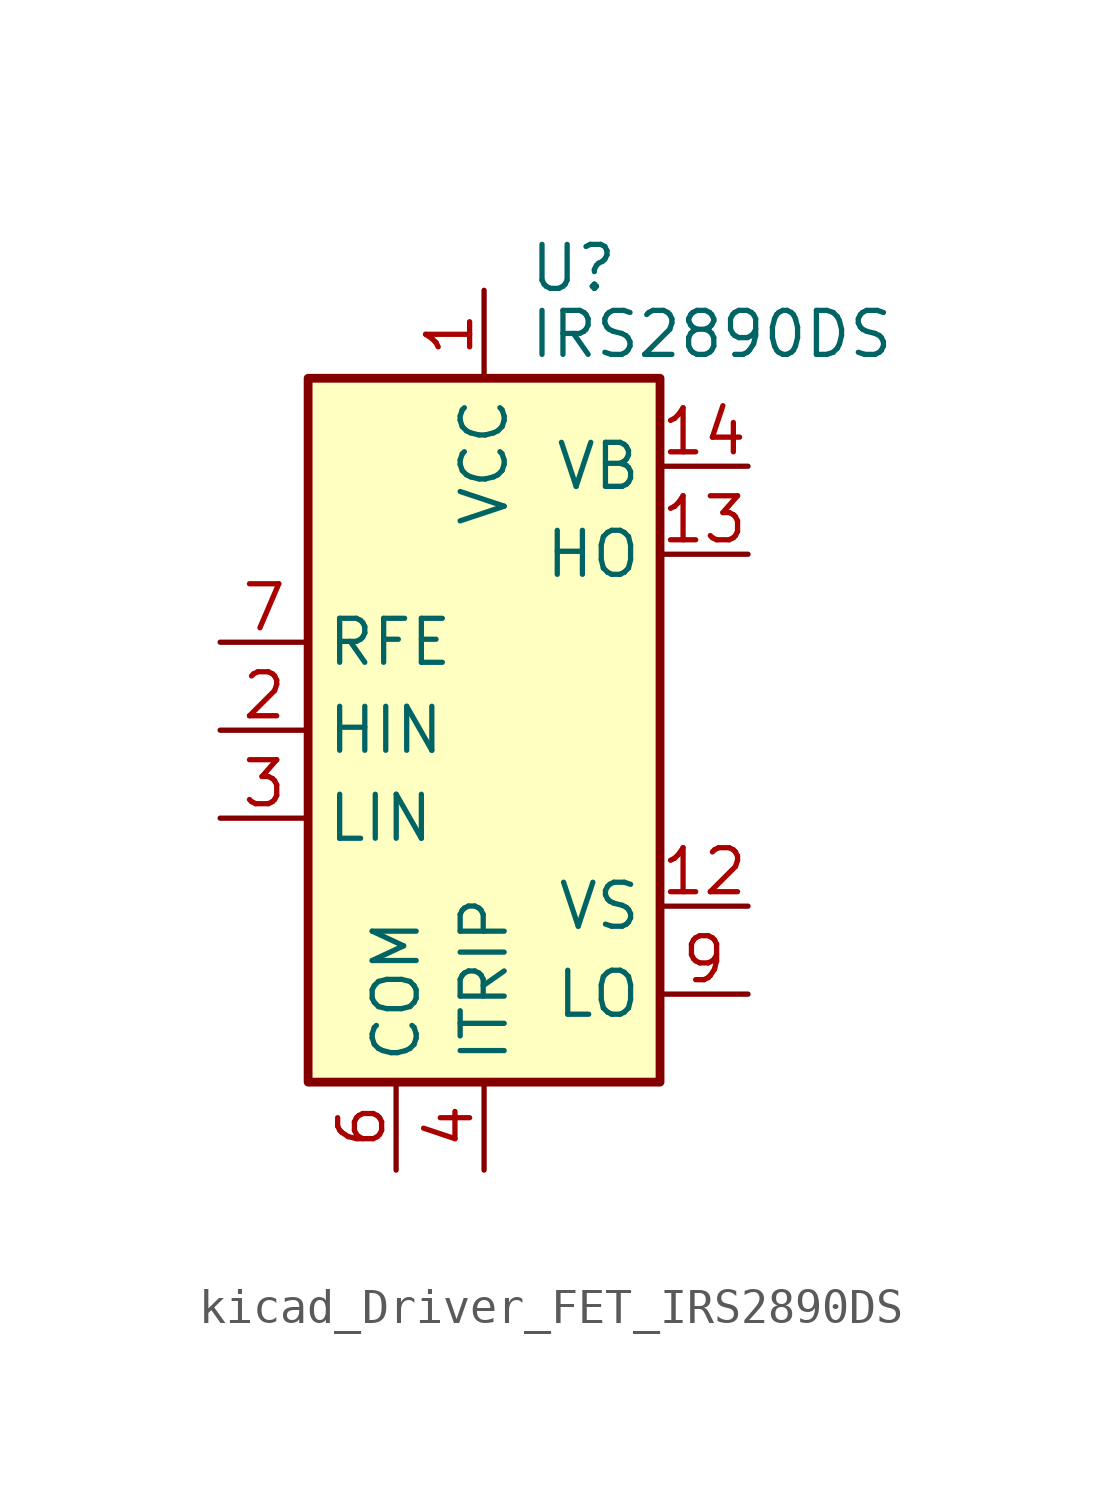
<source format=kicad_sym>
(kicad_symbol_lib
  (version 20220914)
  (generator kicad_symbol_editor)
  (symbol "kicad_Driver_FET_IRS2890DS"
    (property "Reference" "U"
      (at 1.27 13.335 0)
      (effects (font (size 1.27 1.27)) (justify left)))
    (property "Value" "IRS2890DS"
      (at 1.27 11.43 0)
      (effects (font (size 1.27 1.27)) (justify left)))
    (symbol "kicad_Driver_FET_IRS2890DS_0_1"
      (rectangle (start -5.08 -10.16) (end 5.08 10.16) (stroke (width 0.254) (type default)) (fill (type background))))
    (symbol "kicad_Driver_FET_IRS2890DS_1_1"
      (pin power_in line (at 0 12.7 270) (length 2.54) (name "VCC" (effects (font (size 1.27 1.27)))) (number "1" (effects (font (size 1.27 1.27)))))
      (pin no_connect line (at 5.08 2.54 180) (length 2.54) hide (name "NC" (effects (font (size 1.27 1.27)))) (number "10" (effects (font (size 1.27 1.27)))))
      (pin no_connect line (at 5.08 0 180) (length 2.54) hide (name "NC" (effects (font (size 1.27 1.27)))) (number "11" (effects (font (size 1.27 1.27)))))
      (pin passive line (at 7.62 -5.08 180) (length 2.54) (name "VS" (effects (font (size 1.27 1.27)))) (number "12" (effects (font (size 1.27 1.27)))))
      (pin output line (at 7.62 5.08 180) (length 2.54) (name "HO" (effects (font (size 1.27 1.27)))) (number "13" (effects (font (size 1.27 1.27)))))
      (pin passive line (at 7.62 7.62 180) (length 2.54) (name "VB" (effects (font (size 1.27 1.27)))) (number "14" (effects (font (size 1.27 1.27)))))
      (pin input line (at -7.62 0 0) (length 2.54) (name "HIN" (effects (font (size 1.27 1.27)))) (number "2" (effects (font (size 1.27 1.27)))))
      (pin input line (at -7.62 -2.54 0) (length 2.54) (name "LIN" (effects (font (size 1.27 1.27)))) (number "3" (effects (font (size 1.27 1.27)))))
      (pin passive line (at 0 -12.7 90) (length 2.54) (name "ITRIP" (effects (font (size 1.27 1.27)))) (number "4" (effects (font (size 1.27 1.27)))))
      (pin no_connect line (at -5.08 7.62 0) (length 2.54) hide (name "NC" (effects (font (size 1.27 1.27)))) (number "5" (effects (font (size 1.27 1.27)))))
      (pin power_in line (at -2.54 -12.7 90) (length 2.54) (name "COM" (effects (font (size 1.27 1.27)))) (number "6" (effects (font (size 1.27 1.27)))))
      (pin open_collector line (at -7.62 2.54 0) (length 2.54) (name "RFE" (effects (font (size 1.27 1.27)))) (number "7" (effects (font (size 1.27 1.27)))))
      (pin no_connect line (at -5.08 5.08 0) (length 2.54) hide (name "NC" (effects (font (size 1.27 1.27)))) (number "8" (effects (font (size 1.27 1.27)))))
      (pin output line (at 7.62 -7.62 180) (length 2.54) (name "LO" (effects (font (size 1.27 1.27)))) (number "9" (effects (font (size 1.27 1.27))))))))
</source>
